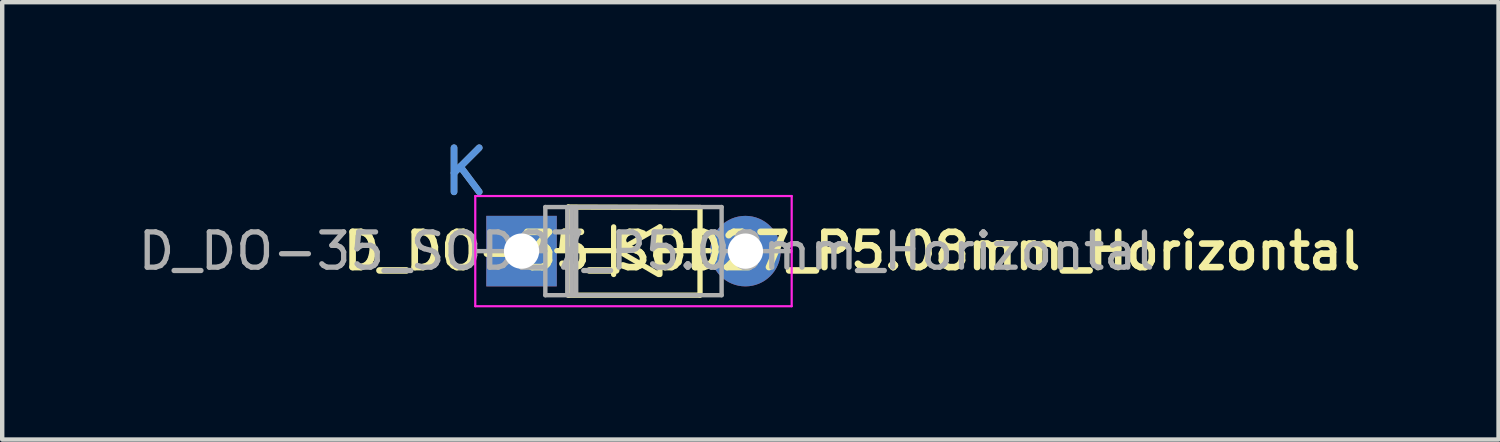
<source format=kicad_pcb>
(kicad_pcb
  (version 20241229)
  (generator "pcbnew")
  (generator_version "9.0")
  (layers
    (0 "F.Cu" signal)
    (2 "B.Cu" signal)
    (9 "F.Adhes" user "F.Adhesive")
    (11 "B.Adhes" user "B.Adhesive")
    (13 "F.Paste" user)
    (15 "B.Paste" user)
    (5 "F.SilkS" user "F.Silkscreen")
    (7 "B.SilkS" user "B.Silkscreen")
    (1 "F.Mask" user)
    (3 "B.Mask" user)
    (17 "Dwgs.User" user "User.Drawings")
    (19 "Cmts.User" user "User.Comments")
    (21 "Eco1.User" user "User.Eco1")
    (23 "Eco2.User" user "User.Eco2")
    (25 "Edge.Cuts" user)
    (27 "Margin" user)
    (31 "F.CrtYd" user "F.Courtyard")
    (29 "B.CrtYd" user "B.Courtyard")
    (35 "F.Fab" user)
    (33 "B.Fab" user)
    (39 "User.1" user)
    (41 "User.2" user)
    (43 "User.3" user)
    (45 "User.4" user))
  (footprint "D_DO-35_SOD27_P5.08mm_Horizontal"
    (layer "F.Cu")
    (at 7.514 2.648)
    (property "Reference" "D_DO-35_SOD27_P5.08mm_Horizontal" (at 8.77 0 0) (layer "F.SilkS") (effects (font (size 0.8 0.8) (thickness 0.15))))
    (attr through_hole)
    (fp_line (start 2.07 -0.01) (end 3.35 -0.01) (stroke (width 0.12) (type solid)) (layer "F.SilkS"))
    (fp_line (start 2.33 -1) (end 5.32 -0.99) (stroke (width 0.12) (type solid)) (layer "F.SilkS"))
    (fp_line (start 2.33 1) (end 2.33 -1) (stroke (width 0.12) (type solid)) (layer "F.SilkS"))
    (fp_line (start 2.34 1) (end 5.31 1) (stroke (width 0.12) (type solid)) (layer "F.SilkS"))
    (fp_line (start 3.36 0.53) (end 3.36 -0.55) (stroke (width 0.12) (type solid)) (layer "F.SilkS"))
    (fp_line (start 3.46 -0.01) (end 4.41 -0.55) (stroke (width 0.12) (type solid)) (layer "F.SilkS"))
    (fp_line (start 3.47 0) (end 4.38 0.53) (stroke (width 0.12) (type solid)) (layer "F.SilkS"))
    (fp_line (start 4.41 0.53) (end 4.41 -0.55) (stroke (width 0.12) (type solid)) (layer "F.SilkS"))
    (fp_line (start 5.32 1) (end 5.32 -0.99) (stroke (width 0.12) (type solid)) (layer "F.SilkS"))
    (fp_line (start 5.53 -0.01) (end 4.41 -0.01) (stroke (width 0.12) (type solid)) (layer "F.SilkS"))
    (fp_line (start 0.22 -1.25) (end 0.22 1.25) (stroke (width 0.05) (type solid)) (layer "F.CrtYd"))
    (fp_line (start 0.22 1.25) (end 7.4 1.25) (stroke (width 0.05) (type solid)) (layer "F.CrtYd"))
    (fp_line (start 7.4 -1.25) (end 0.22 -1.25) (stroke (width 0.05) (type solid)) (layer "F.CrtYd"))
    (fp_line (start 7.4 1.25) (end 7.4 -1.25) (stroke (width 0.05) (type solid)) (layer "F.CrtYd"))
    (fp_line (start 0.25 0) (end 1.81 0) (stroke (width 0.1) (type solid)) (layer "F.Fab"))
    (fp_line (start 1.81 -1) (end 1.81 1) (stroke (width 0.1) (type solid)) (layer "F.Fab"))
    (fp_line (start 1.81 1) (end 5.81 1) (stroke (width 0.1) (type solid)) (layer "F.Fab"))
    (fp_line (start 2.31 -1) (end 2.31 1) (stroke (width 0.1) (type solid)) (layer "F.Fab"))
    (fp_line (start 2.41 -1) (end 2.41 1) (stroke (width 0.1) (type solid)) (layer "F.Fab"))
    (fp_line (start 2.51 -1) (end 2.51 1) (stroke (width 0.1) (type solid)) (layer "F.Fab"))
    (fp_line (start 5.81 -1) (end 1.81 -1) (stroke (width 0.1) (type solid)) (layer "F.Fab"))
    (fp_line (start 5.81 1) (end 5.81 -1) (stroke (width 0.1) (type solid)) (layer "F.Fab"))
    (fp_line (start 7.37 0) (end 5.81 0) (stroke (width 0.1) (type solid)) (layer "F.Fab"))
    (fp_text user "K" (at 0 -1.8 0) (layer "Cmts.User") (effects (font (size 1 1) (thickness 0.15))))
    (fp_text user "${REFERENCE}" (at 4.11 0 0) (layer "F.Fab") (effects (font (size 0.8 0.8) (thickness 0.12))))
    (fp_text user "K" (at 0 -1.8 0) (layer "F.Fab") (effects (font (size 1 1) (thickness 0.15))))
    (pad "1" thru_hole rect (at 1.27 0) (size 1.6 1.6) (drill 0.8) (layers "*.Cu" "*.Mask"))
    (pad "2" thru_hole oval (at 6.35 0) (size 1.6 1.6) (drill 0.8) (layers "*.Cu" "*.Mask")))
  (gr_rect
    (start -3 -3)
    (end 30.953 6.923)
    (stroke (width 0.1) (type default))
    (fill no)
    (layer "Edge.Cuts")))
</source>
